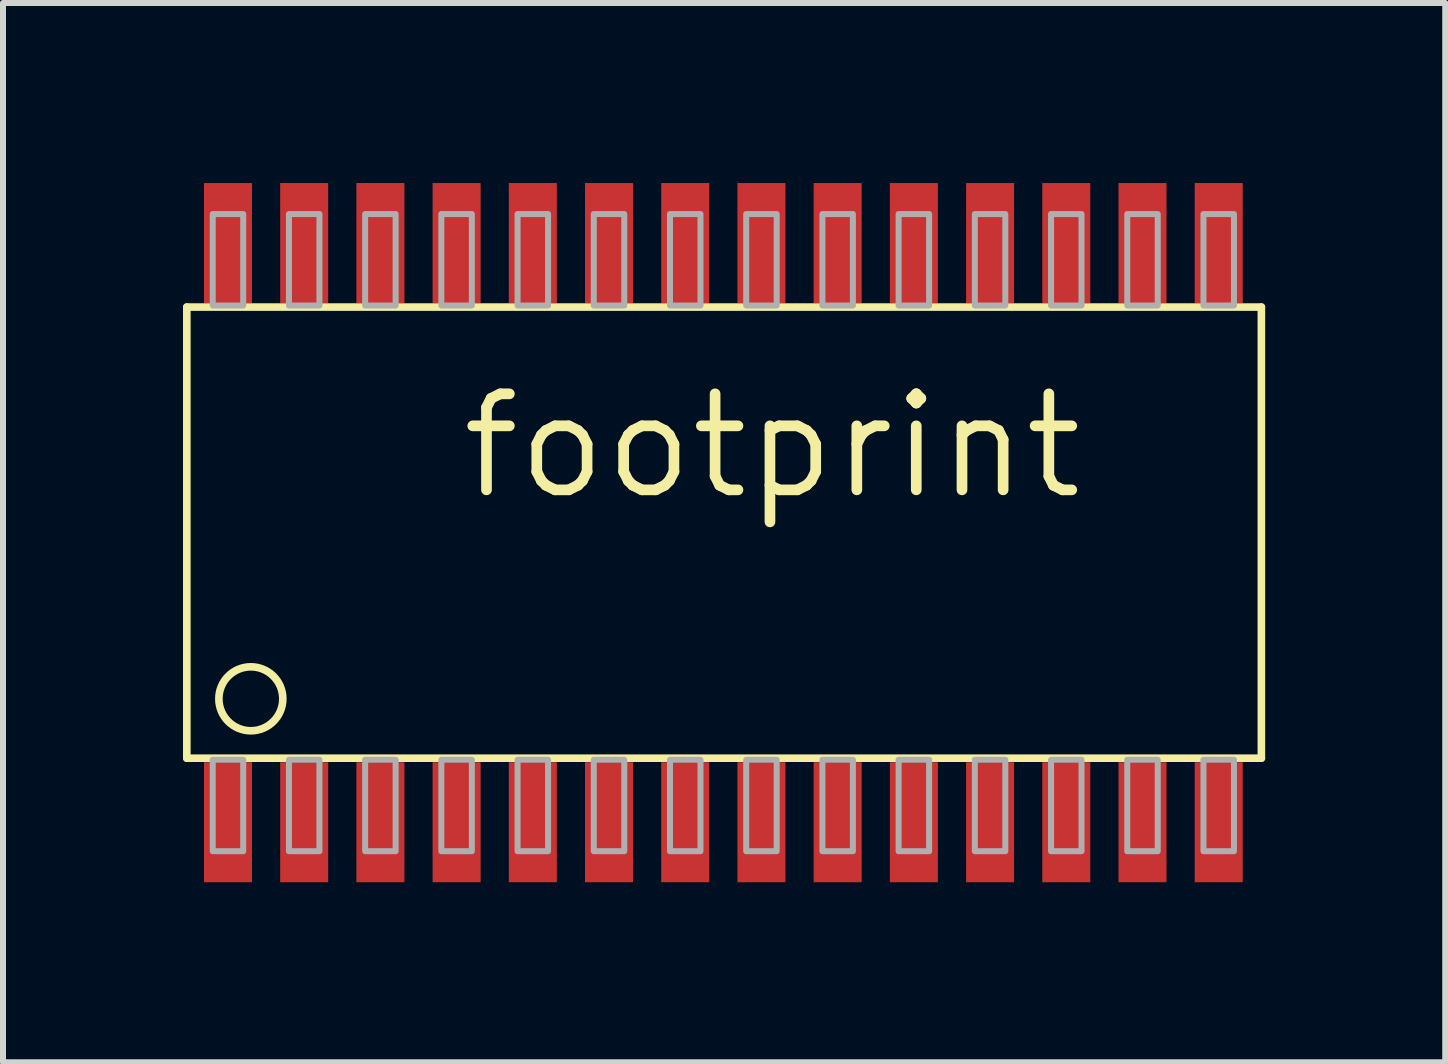
<source format=kicad_pcb>
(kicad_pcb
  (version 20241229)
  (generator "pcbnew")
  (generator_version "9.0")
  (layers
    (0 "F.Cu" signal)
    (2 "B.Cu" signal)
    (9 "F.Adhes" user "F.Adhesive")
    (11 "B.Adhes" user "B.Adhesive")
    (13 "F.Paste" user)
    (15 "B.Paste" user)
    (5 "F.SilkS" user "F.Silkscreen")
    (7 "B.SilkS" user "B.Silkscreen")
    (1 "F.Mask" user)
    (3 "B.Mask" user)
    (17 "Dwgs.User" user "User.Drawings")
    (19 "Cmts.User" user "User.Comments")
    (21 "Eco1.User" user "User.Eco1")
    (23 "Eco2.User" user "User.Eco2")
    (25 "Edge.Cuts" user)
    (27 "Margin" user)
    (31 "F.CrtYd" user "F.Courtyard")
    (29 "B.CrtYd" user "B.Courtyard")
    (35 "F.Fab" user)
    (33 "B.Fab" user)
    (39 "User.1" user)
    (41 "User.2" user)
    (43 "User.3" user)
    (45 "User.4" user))
  (footprint "footprint"
    (layer "F.Cu")
    (at 9.004 5.826)
    (property "Reference" "footprint" (at -4.445 -0.508 0) (layer "F.SilkS") (effects (font (size 1.6 1.6) (thickness 0.178)) (justify left bottom)))
    (fp_line (start -8.941 -3.759) (end -8.941 3.759) (stroke (width 0.127) (type solid)) (layer "F.SilkS"))
    (fp_line (start -8.941 3.759) (end 8.966 3.759) (stroke (width 0.127) (type solid)) (layer "F.SilkS"))
    (fp_line (start 8.966 -3.759) (end -8.941 -3.759) (stroke (width 0.127) (type solid)) (layer "F.SilkS"))
    (fp_line (start 8.966 3.759) (end 8.966 -3.759) (stroke (width 0.127) (type solid)) (layer "F.SilkS"))
    (fp_circle (center -7.874 2.769) (end -7.341 2.769) (stroke (width 0.127) (type solid)) (fill no) (layer "F.SilkS"))
    (fp_poly (pts (xy -8.509 -3.785) (xy -8.001 -3.785) (xy -8.001 -5.309) (xy -8.509 -5.309)) (stroke (width 0.1) (type solid)) (fill no) (layer "F.Fab"))
    (fp_poly (pts (xy -8.509 5.309) (xy -8.001 5.309) (xy -8.001 3.785) (xy -8.509 3.785)) (stroke (width 0.1) (type solid)) (fill no) (layer "F.Fab"))
    (fp_poly (pts (xy -7.239 -3.785) (xy -6.731 -3.785) (xy -6.731 -5.309) (xy -7.239 -5.309)) (stroke (width 0.1) (type solid)) (fill no) (layer "F.Fab"))
    (fp_poly (pts (xy -7.239 5.309) (xy -6.731 5.309) (xy -6.731 3.785) (xy -7.239 3.785)) (stroke (width 0.1) (type solid)) (fill no) (layer "F.Fab"))
    (fp_poly (pts (xy -5.969 -3.785) (xy -5.461 -3.785) (xy -5.461 -5.309) (xy -5.969 -5.309)) (stroke (width 0.1) (type solid)) (fill no) (layer "F.Fab"))
    (fp_poly (pts (xy -5.969 5.309) (xy -5.461 5.309) (xy -5.461 3.785) (xy -5.969 3.785)) (stroke (width 0.1) (type solid)) (fill no) (layer "F.Fab"))
    (fp_poly (pts (xy -4.699 -3.785) (xy -4.191 -3.785) (xy -4.191 -5.309) (xy -4.699 -5.309)) (stroke (width 0.1) (type solid)) (fill no) (layer "F.Fab"))
    (fp_poly (pts (xy -4.699 5.309) (xy -4.191 5.309) (xy -4.191 3.785) (xy -4.699 3.785)) (stroke (width 0.1) (type solid)) (fill no) (layer "F.Fab"))
    (fp_poly (pts (xy -3.429 -3.785) (xy -2.921 -3.785) (xy -2.921 -5.309) (xy -3.429 -5.309)) (stroke (width 0.1) (type solid)) (fill no) (layer "F.Fab"))
    (fp_poly (pts (xy -3.429 5.309) (xy -2.921 5.309) (xy -2.921 3.785) (xy -3.429 3.785)) (stroke (width 0.1) (type solid)) (fill no) (layer "F.Fab"))
    (fp_poly (pts (xy -2.159 -3.785) (xy -1.651 -3.785) (xy -1.651 -5.309) (xy -2.159 -5.309)) (stroke (width 0.1) (type solid)) (fill no) (layer "F.Fab"))
    (fp_poly (pts (xy -2.159 5.309) (xy -1.651 5.309) (xy -1.651 3.785) (xy -2.159 3.785)) (stroke (width 0.1) (type solid)) (fill no) (layer "F.Fab"))
    (fp_poly (pts (xy -0.889 -3.785) (xy -0.381 -3.785) (xy -0.381 -5.309) (xy -0.889 -5.309)) (stroke (width 0.1) (type solid)) (fill no) (layer "F.Fab"))
    (fp_poly (pts (xy -0.889 5.309) (xy -0.381 5.309) (xy -0.381 3.785) (xy -0.889 3.785)) (stroke (width 0.1) (type solid)) (fill no) (layer "F.Fab"))
    (fp_poly (pts (xy 0.381 -3.785) (xy 0.889 -3.785) (xy 0.889 -5.309) (xy 0.381 -5.309)) (stroke (width 0.1) (type solid)) (fill no) (layer "F.Fab"))
    (fp_poly (pts (xy 0.381 5.309) (xy 0.889 5.309) (xy 0.889 3.785) (xy 0.381 3.785)) (stroke (width 0.1) (type solid)) (fill no) (layer "F.Fab"))
    (fp_poly (pts (xy 1.651 -3.785) (xy 2.159 -3.785) (xy 2.159 -5.309) (xy 1.651 -5.309)) (stroke (width 0.1) (type solid)) (fill no) (layer "F.Fab"))
    (fp_poly (pts (xy 1.651 5.309) (xy 2.159 5.309) (xy 2.159 3.785) (xy 1.651 3.785)) (stroke (width 0.1) (type solid)) (fill no) (layer "F.Fab"))
    (fp_poly (pts (xy 2.921 -3.785) (xy 3.429 -3.785) (xy 3.429 -5.309) (xy 2.921 -5.309)) (stroke (width 0.1) (type solid)) (fill no) (layer "F.Fab"))
    (fp_poly (pts (xy 2.921 5.309) (xy 3.429 5.309) (xy 3.429 3.785) (xy 2.921 3.785)) (stroke (width 0.1) (type solid)) (fill no) (layer "F.Fab"))
    (fp_poly (pts (xy 4.191 -3.785) (xy 4.699 -3.785) (xy 4.699 -5.309) (xy 4.191 -5.309)) (stroke (width 0.1) (type solid)) (fill no) (layer "F.Fab"))
    (fp_poly (pts (xy 4.191 5.309) (xy 4.699 5.309) (xy 4.699 3.785) (xy 4.191 3.785)) (stroke (width 0.1) (type solid)) (fill no) (layer "F.Fab"))
    (fp_poly (pts (xy 5.461 -3.785) (xy 5.969 -3.785) (xy 5.969 -5.309) (xy 5.461 -5.309)) (stroke (width 0.1) (type solid)) (fill no) (layer "F.Fab"))
    (fp_poly (pts (xy 5.461 5.309) (xy 5.969 5.309) (xy 5.969 3.785) (xy 5.461 3.785)) (stroke (width 0.1) (type solid)) (fill no) (layer "F.Fab"))
    (fp_poly (pts (xy 6.731 -3.785) (xy 7.239 -3.785) (xy 7.239 -5.309) (xy 6.731 -5.309)) (stroke (width 0.1) (type solid)) (fill no) (layer "F.Fab"))
    (fp_poly (pts (xy 6.731 5.309) (xy 7.239 5.309) (xy 7.239 3.785) (xy 6.731 3.785)) (stroke (width 0.1) (type solid)) (fill no) (layer "F.Fab"))
    (fp_poly (pts (xy 8.001 -3.785) (xy 8.509 -3.785) (xy 8.509 -5.309) (xy 8.001 -5.309)) (stroke (width 0.1) (type solid)) (fill no) (layer "F.Fab"))
    (fp_poly (pts (xy 8.001 5.309) (xy 8.509 5.309) (xy 8.509 3.785) (xy 8.001 3.785)) (stroke (width 0.1) (type solid)) (fill no) (layer "F.Fab"))
    (pad "1" smd rect (at -8.255 4.826) (size 0.8 2) (layers "F.Cu" "F.Mask" "F.Paste"))
    (pad "2" smd rect (at -6.985 4.826) (size 0.8 2) (layers "F.Cu" "F.Mask" "F.Paste"))
    (pad "3" smd rect (at -5.715 4.826) (size 0.8 2) (layers "F.Cu" "F.Mask" "F.Paste"))
    (pad "4" smd rect (at -4.445 4.826) (size 0.8 2) (layers "F.Cu" "F.Mask" "F.Paste"))
    (pad "5" smd rect (at -3.175 4.826) (size 0.8 2) (layers "F.Cu" "F.Mask" "F.Paste"))
    (pad "6" smd rect (at -1.905 4.826) (size 0.8 2) (layers "F.Cu" "F.Mask" "F.Paste"))
    (pad "7" smd rect (at -0.635 4.826) (size 0.8 2) (layers "F.Cu" "F.Mask" "F.Paste"))
    (pad "8" smd rect (at 0.635 4.826) (size 0.8 2) (layers "F.Cu" "F.Mask" "F.Paste"))
    (pad "9" smd rect (at 1.905 4.826) (size 0.8 2) (layers "F.Cu" "F.Mask" "F.Paste"))
    (pad "10" smd rect (at 3.175 4.826) (size 0.8 2) (layers "F.Cu" "F.Mask" "F.Paste"))
    (pad "11" smd rect (at 4.445 4.826) (size 0.8 2) (layers "F.Cu" "F.Mask" "F.Paste"))
    (pad "12" smd rect (at 5.715 4.826) (size 0.8 2) (layers "F.Cu" "F.Mask" "F.Paste"))
    (pad "13" smd rect (at 6.985 4.826) (size 0.8 2) (layers "F.Cu" "F.Mask" "F.Paste"))
    (pad "14" smd rect (at 8.255 4.826) (size 0.8 2) (layers "F.Cu" "F.Mask" "F.Paste"))
    (pad "15" smd rect (at 8.255 -4.826) (size 0.8 2) (layers "F.Cu" "F.Mask" "F.Paste"))
    (pad "16" smd rect (at 6.985 -4.826) (size 0.8 2) (layers "F.Cu" "F.Mask" "F.Paste"))
    (pad "17" smd rect (at 5.715 -4.826) (size 0.8 2) (layers "F.Cu" "F.Mask" "F.Paste"))
    (pad "18" smd rect (at 4.445 -4.826) (size 0.8 2) (layers "F.Cu" "F.Mask" "F.Paste"))
    (pad "19" smd rect (at 3.175 -4.826) (size 0.8 2) (layers "F.Cu" "F.Mask" "F.Paste"))
    (pad "20" smd rect (at 1.905 -4.826) (size 0.8 2) (layers "F.Cu" "F.Mask" "F.Paste"))
    (pad "21" smd rect (at 0.635 -4.826) (size 0.8 2) (layers "F.Cu" "F.Mask" "F.Paste"))
    (pad "22" smd rect (at -0.635 -4.826) (size 0.8 2) (layers "F.Cu" "F.Mask" "F.Paste"))
    (pad "23" smd rect (at -1.905 -4.826) (size 0.8 2) (layers "F.Cu" "F.Mask" "F.Paste"))
    (pad "24" smd rect (at -3.175 -4.826) (size 0.8 2) (layers "F.Cu" "F.Mask" "F.Paste"))
    (pad "25" smd rect (at -4.445 -4.826) (size 0.8 2) (layers "F.Cu" "F.Mask" "F.Paste"))
    (pad "26" smd rect (at -5.715 -4.826) (size 0.8 2) (layers "F.Cu" "F.Mask" "F.Paste"))
    (pad "27" smd rect (at -6.985 -4.826) (size 0.8 2) (layers "F.Cu" "F.Mask" "F.Paste"))
    (pad "28" smd rect (at -8.255 -4.826) (size 0.8 2) (layers "F.Cu" "F.Mask" "F.Paste")))
  (gr_rect
    (start -3 -3)
    (end 21.034 14.652)
    (stroke (width 0.1) (type default))
    (fill no)
    (layer "Edge.Cuts")))
</source>
